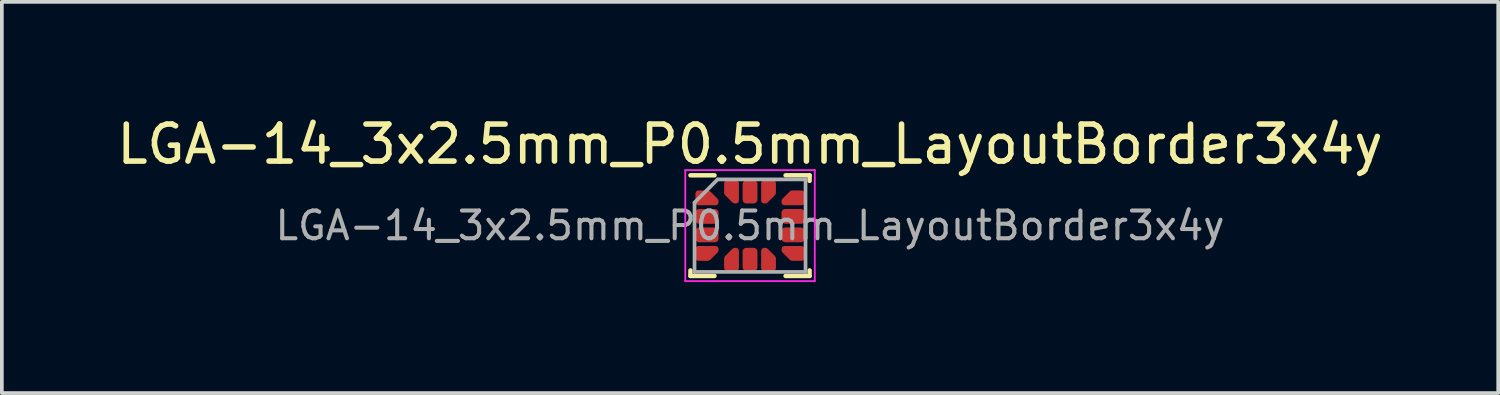
<source format=kicad_pcb>
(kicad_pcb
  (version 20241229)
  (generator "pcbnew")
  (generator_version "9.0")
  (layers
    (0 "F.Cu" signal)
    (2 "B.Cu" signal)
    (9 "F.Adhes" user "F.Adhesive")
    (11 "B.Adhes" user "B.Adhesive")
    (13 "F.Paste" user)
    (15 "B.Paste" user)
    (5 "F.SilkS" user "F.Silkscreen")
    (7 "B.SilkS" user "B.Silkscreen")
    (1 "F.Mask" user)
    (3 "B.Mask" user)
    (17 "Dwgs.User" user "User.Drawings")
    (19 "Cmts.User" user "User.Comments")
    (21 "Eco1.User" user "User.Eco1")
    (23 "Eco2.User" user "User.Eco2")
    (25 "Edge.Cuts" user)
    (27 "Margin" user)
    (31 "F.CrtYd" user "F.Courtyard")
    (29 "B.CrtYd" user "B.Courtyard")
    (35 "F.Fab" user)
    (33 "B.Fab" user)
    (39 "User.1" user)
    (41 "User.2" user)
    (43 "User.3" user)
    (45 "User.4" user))
  (footprint "LGA-14_3x2.5mm_P0.5mm_LayoutBorder3x4y"
    (layer "F.Cu")
    (at 17.22 3.048)
    (property "Reference" "LGA-14_3x2.5mm_P0.5mm_LayoutBorder3x4y" (at 0 -2.2 0) (layer "F.SilkS") (effects (font (size 1 1) (thickness 0.15))))
    (attr smd)
    (fp_line (start -1.61 1.36) (end -1.61 1.21) (stroke (width 0.12) (type solid)) (layer "F.SilkS"))
    (fp_line (start -0.96 -1.36) (end -1.61 -1.36) (stroke (width 0.12) (type solid)) (layer "F.SilkS"))
    (fp_line (start -0.96 1.36) (end -1.61 1.36) (stroke (width 0.12) (type solid)) (layer "F.SilkS"))
    (fp_line (start 0.96 -1.36) (end 1.61 -1.36) (stroke (width 0.12) (type solid)) (layer "F.SilkS"))
    (fp_line (start 0.96 1.36) (end 1.61 1.36) (stroke (width 0.12) (type solid)) (layer "F.SilkS"))
    (fp_line (start 1.61 -1.36) (end 1.61 -1.21) (stroke (width 0.12) (type solid)) (layer "F.SilkS"))
    (fp_line (start 1.61 1.36) (end 1.61 1.21) (stroke (width 0.12) (type solid)) (layer "F.SilkS"))
    (fp_line (start -1.75 -1.5) (end -1.75 1.5) (stroke (width 0.05) (type solid)) (layer "F.CrtYd"))
    (fp_line (start -1.75 1.5) (end 1.75 1.5) (stroke (width 0.05) (type solid)) (layer "F.CrtYd"))
    (fp_line (start 1.75 -1.5) (end -1.75 -1.5) (stroke (width 0.05) (type solid)) (layer "F.CrtYd"))
    (fp_line (start 1.75 1.5) (end 1.75 -1.5) (stroke (width 0.05) (type solid)) (layer "F.CrtYd"))
    (fp_line (start -1.5 -0.625) (end -0.875 -1.25) (stroke (width 0.1) (type solid)) (layer "F.Fab"))
    (fp_line (start -1.5 1.25) (end -1.5 -0.625) (stroke (width 0.1) (type solid)) (layer "F.Fab"))
    (fp_line (start -0.875 -1.25) (end 1.5 -1.25) (stroke (width 0.1) (type solid)) (layer "F.Fab"))
    (fp_line (start 1.5 -1.25) (end 1.5 1.25) (stroke (width 0.1) (type solid)) (layer "F.Fab"))
    (fp_line (start 1.5 1.25) (end -1.5 1.25) (stroke (width 0.1) (type solid)) (layer "F.Fab"))
    (fp_text user "${REFERENCE}" (at 0 0 0) (layer "F.Fab") (effects (font (size 0.75 0.75) (thickness 0.11))))
    (pad "1" smd custom (at -1.163 -0.75) (size 0.223 0.223) (layers "F.Cu" "F.Mask" "F.Paste") (options (anchor circle)) (primitives (gr_poly (pts (xy 0.237 0.081) (xy 0.237 0.125) (xy -0.237 0.125) (xy -0.237 -0.125) (xy 0.031 -0.125)) (width 0.15) (fill yes))))
    (pad "2" smd roundrect (at -1.163 -0.25) (size 0.625 0.4) (layers "F.Cu" "F.Mask" "F.Paste") (roundrect_rratio 0.25))
    (pad "3" smd roundrect (at -1.163 0.25) (size 0.625 0.4) (layers "F.Cu" "F.Mask" "F.Paste") (roundrect_rratio 0.25))
    (pad "4" smd custom (at -1.163 0.75) (size 0.223 0.223) (layers "F.Cu" "F.Mask" "F.Paste") (options (anchor circle)) (primitives (gr_poly (pts (xy 0.237 -0.081) (xy 0.031 0.125) (xy -0.237 0.125) (xy -0.237 -0.125) (xy 0.237 -0.125)) (width 0.15) (fill yes))))
    (pad "5" smd custom (at -0.5 0.912) (size 0.223 0.223) (layers "F.Cu" "F.Mask" "F.Paste") (options (anchor circle)) (primitives (gr_poly (pts (xy 0.125 0.237) (xy -0.125 0.237) (xy -0.125 -0.031) (xy 0.081 -0.237) (xy 0.125 -0.237)) (width 0.15) (fill yes))))
    (pad "6" smd roundrect (at 0 0.912) (size 0.4 0.625) (layers "F.Cu" "F.Mask" "F.Paste") (roundrect_rratio 0.25))
    (pad "7" smd custom (at 0.5 0.912) (size 0.223 0.223) (layers "F.Cu" "F.Mask" "F.Paste") (options (anchor circle)) (primitives (gr_poly (pts (xy 0.125 -0.031) (xy 0.125 0.237) (xy -0.125 0.237) (xy -0.125 -0.237) (xy -0.081 -0.237)) (width 0.15) (fill yes))))
    (pad "8" smd custom (at 1.163 0.75) (size 0.223 0.223) (layers "F.Cu" "F.Mask" "F.Paste") (options (anchor circle)) (primitives (gr_poly (pts (xy 0.237 0.125) (xy -0.031 0.125) (xy -0.237 -0.081) (xy -0.237 -0.125) (xy 0.237 -0.125)) (width 0.15) (fill yes))))
    (pad "9" smd roundrect (at 1.163 0.25) (size 0.625 0.4) (layers "F.Cu" "F.Mask" "F.Paste") (roundrect_rratio 0.25))
    (pad "10" smd roundrect (at 1.163 -0.25) (size 0.625 0.4) (layers "F.Cu" "F.Mask" "F.Paste") (roundrect_rratio 0.25))
    (pad "11" smd custom (at 1.163 -0.75) (size 0.223 0.223) (layers "F.Cu" "F.Mask" "F.Paste") (options (anchor circle)) (primitives (gr_poly (pts (xy 0.237 0.125) (xy -0.237 0.125) (xy -0.237 0.081) (xy -0.031 -0.125) (xy 0.237 -0.125)) (width 0.15) (fill yes))))
    (pad "12" smd custom (at 0.5 -0.912) (size 0.223 0.223) (layers "F.Cu" "F.Mask" "F.Paste") (options (anchor circle)) (primitives (gr_poly (pts (xy 0.125 0.031) (xy -0.081 0.237) (xy -0.125 0.237) (xy -0.125 -0.237) (xy 0.125 -0.237)) (width 0.15) (fill yes))))
    (pad "13" smd roundrect (at 0 -0.912) (size 0.4 0.625) (layers "F.Cu" "F.Mask" "F.Paste") (roundrect_rratio 0.25))
    (pad "14" smd custom (at -0.5 -0.912) (size 0.223 0.223) (layers "F.Cu" "F.Mask" "F.Paste") (options (anchor circle)) (primitives (gr_poly (pts (xy 0.125 0.237) (xy 0.081 0.237) (xy -0.125 0.031) (xy -0.125 -0.237) (xy 0.125 -0.237)) (width 0.15) (fill yes)))))
  (gr_rect
    (start -3 -3)
    (end 37.44 7.573)
    (stroke (width 0.1) (type default))
    (fill no)
    (layer "Edge.Cuts")))
</source>
